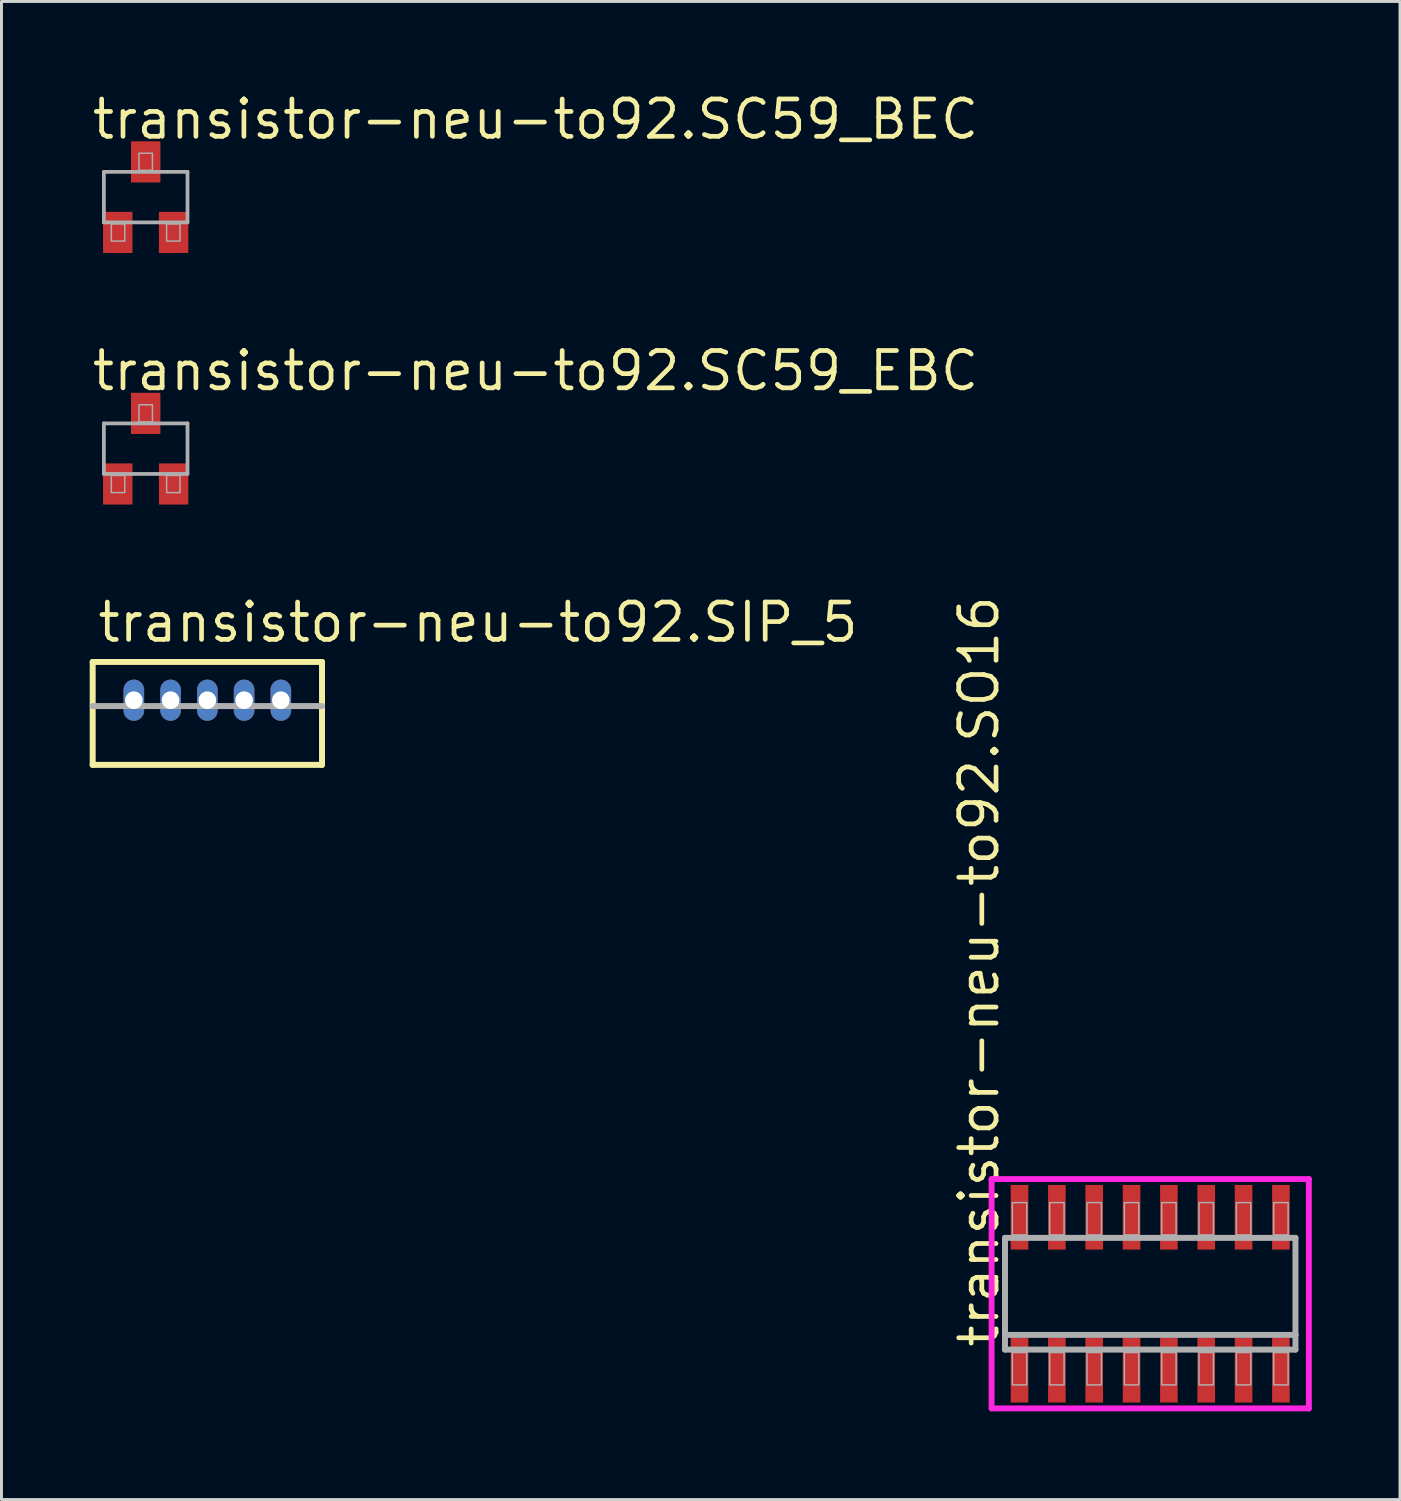
<source format=kicad_pcb>
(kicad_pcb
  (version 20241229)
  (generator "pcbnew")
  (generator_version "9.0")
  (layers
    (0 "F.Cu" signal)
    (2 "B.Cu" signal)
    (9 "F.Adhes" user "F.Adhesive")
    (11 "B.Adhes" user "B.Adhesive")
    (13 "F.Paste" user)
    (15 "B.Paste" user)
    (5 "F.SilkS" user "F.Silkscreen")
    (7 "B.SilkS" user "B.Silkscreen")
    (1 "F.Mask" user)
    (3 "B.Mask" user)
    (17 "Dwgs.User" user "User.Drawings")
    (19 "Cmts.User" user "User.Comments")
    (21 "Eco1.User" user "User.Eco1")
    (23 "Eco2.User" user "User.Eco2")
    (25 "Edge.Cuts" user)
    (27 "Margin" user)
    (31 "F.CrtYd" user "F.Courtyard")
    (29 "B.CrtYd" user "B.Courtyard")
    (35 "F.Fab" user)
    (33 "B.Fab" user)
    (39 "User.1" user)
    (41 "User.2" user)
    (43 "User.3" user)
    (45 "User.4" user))
  (footprint "transistor-neu-to92.SC59_BEC"
    (layer "F.Cu")
    (at 1.905 3.655)
    (property "Reference" "transistor-neu-to92.SC59_BEC" (at -1.905 -1.905 0) (layer "F.SilkS") (effects (font (size 1.27 1.27) (thickness 0.16)) (justify left bottom)))
    (attr smd)
    (fp_line (start -1.422 -0.86) (end 1.422 -0.86) (stroke (width 0.127) (type default)) (layer "F.Fab"))
    (fp_line (start -1.422 0.86) (end -1.422 -0.86) (stroke (width 0.127) (type default)) (layer "F.Fab"))
    (fp_line (start 1.422 -0.86) (end 1.422 0.86) (stroke (width 0.127) (type default)) (layer "F.Fab"))
    (fp_line (start 1.422 0.86) (end -1.422 0.86) (stroke (width 0.127) (type default)) (layer "F.Fab"))
    (fp_rect (start -1.168 1.495) (end -0.711 0.911) (stroke (width 0.05) (type default)) (fill no) (layer "F.Fab"))
    (fp_rect (start -0.229 -0.911) (end 0.229 -1.495) (stroke (width 0.05) (type default)) (fill no) (layer "F.Fab"))
    (fp_rect (start 0.711 1.495) (end 1.168 0.911) (stroke (width 0.05) (type default)) (fill no) (layer "F.Fab"))
    (pad "B" smd roundrect (at -0.95 1.2) (size 1 1.4) (layers "F.Cu" "F.Mask" "F.Paste") (roundrect_rratio 0.01))
    (pad "C" smd roundrect (at 0 -1.2) (size 1 1.4) (layers "F.Cu" "F.Mask" "F.Paste") (roundrect_rratio 0.01))
    (pad "E" smd roundrect (at 0.95 1.2) (size 1 1.4) (layers "F.Cu" "F.Mask" "F.Paste") (roundrect_rratio 0.01)))
  (footprint "transistor-neu-to92.SC59_EBC"
    (layer "F.Cu")
    (at 1.905 12.21)
    (property "Reference" "transistor-neu-to92.SC59_EBC" (at -1.905 -1.905 0) (layer "F.SilkS") (effects (font (size 1.27 1.27) (thickness 0.16)) (justify left bottom)))
    (attr smd)
    (fp_line (start -1.422 -0.86) (end 1.422 -0.86) (stroke (width 0.127) (type default)) (layer "F.Fab"))
    (fp_line (start -1.422 0.86) (end -1.422 -0.86) (stroke (width 0.127) (type default)) (layer "F.Fab"))
    (fp_line (start 1.422 -0.86) (end 1.422 0.86) (stroke (width 0.127) (type default)) (layer "F.Fab"))
    (fp_line (start 1.422 0.86) (end -1.422 0.86) (stroke (width 0.127) (type default)) (layer "F.Fab"))
    (fp_rect (start -1.168 1.495) (end -0.711 0.911) (stroke (width 0.05) (type default)) (fill no) (layer "F.Fab"))
    (fp_rect (start -0.229 -0.911) (end 0.229 -1.495) (stroke (width 0.05) (type default)) (fill no) (layer "F.Fab"))
    (fp_rect (start 0.711 1.495) (end 1.168 0.911) (stroke (width 0.05) (type default)) (fill no) (layer "F.Fab"))
    (pad "B" smd roundrect (at 0.95 1.2) (size 1 1.4) (layers "F.Cu" "F.Mask" "F.Paste") (roundrect_rratio 0.01))
    (pad "C" smd roundrect (at 0 -1.2) (size 1 1.4) (layers "F.Cu" "F.Mask" "F.Paste") (roundrect_rratio 0.01))
    (pad "E" smd roundrect (at -0.95 1.2) (size 1 1.4) (layers "F.Cu" "F.Mask" "F.Paste") (roundrect_rratio 0.01)))
  (footprint "transistor-neu-to92.SO16"
    (layer "F.Cu")
    (at 36.071 40.952)
    (property "Reference" "transistor-neu-to92.SO16" (at -5.08 1.905 90) (layer "F.SilkS") (effects (font (size 1.27 1.27) (thickness 0.16)) (justify left bottom)))
    (attr smd)
    (fp_line (start -5.395 -3.9) (end 5.395 -3.9) (stroke (width 0.2) (type default)) (layer "F.CrtYd"))
    (fp_line (start -5.395 3.9) (end -5.395 -3.9) (stroke (width 0.2) (type default)) (layer "F.CrtYd"))
    (fp_line (start 5.395 -3.9) (end 5.395 3.9) (stroke (width 0.2) (type default)) (layer "F.CrtYd"))
    (fp_line (start 5.395 3.9) (end -5.395 3.9) (stroke (width 0.2) (type default)) (layer "F.CrtYd"))
    (fp_line (start -4.94 -1.9) (end 4.94 -1.9) (stroke (width 0.203) (type default)) (layer "F.Fab"))
    (fp_line (start -4.94 1.4) (end -4.94 -1.9) (stroke (width 0.203) (type default)) (layer "F.Fab"))
    (fp_line (start -4.94 1.9) (end -4.94 1.4) (stroke (width 0.203) (type default)) (layer "F.Fab"))
    (fp_line (start 4.94 -1.9) (end 4.94 1.4) (stroke (width 0.203) (type default)) (layer "F.Fab"))
    (fp_line (start 4.94 1.4) (end -4.94 1.4) (stroke (width 0.203) (type default)) (layer "F.Fab"))
    (fp_line (start 4.94 1.4) (end 4.94 1.9) (stroke (width 0.203) (type default)) (layer "F.Fab"))
    (fp_line (start 4.94 1.9) (end -4.94 1.9) (stroke (width 0.203) (type default)) (layer "F.Fab"))
    (fp_rect (start -4.69 -2) (end -4.2 -3.1) (stroke (width 0.05) (type default)) (fill no) (layer "F.Fab"))
    (fp_rect (start -4.69 3.1) (end -4.2 2) (stroke (width 0.05) (type default)) (fill no) (layer "F.Fab"))
    (fp_rect (start -3.42 -2) (end -2.93 -3.1) (stroke (width 0.05) (type default)) (fill no) (layer "F.Fab"))
    (fp_rect (start -3.42 3.1) (end -2.93 2) (stroke (width 0.05) (type default)) (fill no) (layer "F.Fab"))
    (fp_rect (start -2.15 -2) (end -1.66 -3.1) (stroke (width 0.05) (type default)) (fill no) (layer "F.Fab"))
    (fp_rect (start -2.15 3.1) (end -1.66 2) (stroke (width 0.05) (type default)) (fill no) (layer "F.Fab"))
    (fp_rect (start -0.88 -2) (end -0.39 -3.1) (stroke (width 0.05) (type default)) (fill no) (layer "F.Fab"))
    (fp_rect (start -0.88 3.1) (end -0.39 2) (stroke (width 0.05) (type default)) (fill no) (layer "F.Fab"))
    (fp_rect (start 0.39 -2) (end 0.88 -3.1) (stroke (width 0.05) (type default)) (fill no) (layer "F.Fab"))
    (fp_rect (start 0.39 3.1) (end 0.88 2) (stroke (width 0.05) (type default)) (fill no) (layer "F.Fab"))
    (fp_rect (start 1.66 -2) (end 2.15 -3.1) (stroke (width 0.05) (type default)) (fill no) (layer "F.Fab"))
    (fp_rect (start 1.66 3.1) (end 2.15 2) (stroke (width 0.05) (type default)) (fill no) (layer "F.Fab"))
    (fp_rect (start 2.93 -2) (end 3.42 -3.1) (stroke (width 0.05) (type default)) (fill no) (layer "F.Fab"))
    (fp_rect (start 2.93 3.1) (end 3.42 2) (stroke (width 0.05) (type default)) (fill no) (layer "F.Fab"))
    (fp_rect (start 4.2 -2) (end 4.69 -3.1) (stroke (width 0.05) (type default)) (fill no) (layer "F.Fab"))
    (fp_rect (start 4.2 3.1) (end 4.69 2) (stroke (width 0.05) (type default)) (fill no) (layer "F.Fab"))
    (pad "1" smd roundrect (at -4.445 2.6) (size 0.6 2.2) (layers "F.Cu" "F.Mask" "F.Paste") (roundrect_rratio 0.01))
    (pad "2" smd roundrect (at -3.175 2.6) (size 0.6 2.2) (layers "F.Cu" "F.Mask" "F.Paste") (roundrect_rratio 0.01))
    (pad "3" smd roundrect (at -1.905 2.6) (size 0.6 2.2) (layers "F.Cu" "F.Mask" "F.Paste") (roundrect_rratio 0.01))
    (pad "4" smd roundrect (at -0.635 2.6) (size 0.6 2.2) (layers "F.Cu" "F.Mask" "F.Paste") (roundrect_rratio 0.01))
    (pad "5" smd roundrect (at 0.635 2.6) (size 0.6 2.2) (layers "F.Cu" "F.Mask" "F.Paste") (roundrect_rratio 0.01))
    (pad "6" smd roundrect (at 1.905 2.6) (size 0.6 2.2) (layers "F.Cu" "F.Mask" "F.Paste") (roundrect_rratio 0.01))
    (pad "7" smd roundrect (at 3.175 2.6) (size 0.6 2.2) (layers "F.Cu" "F.Mask" "F.Paste") (roundrect_rratio 0.01))
    (pad "8" smd roundrect (at 4.445 2.6) (size 0.6 2.2) (layers "F.Cu" "F.Mask" "F.Paste") (roundrect_rratio 0.01))
    (pad "9" smd roundrect (at 4.445 -2.6) (size 0.6 2.2) (layers "F.Cu" "F.Mask" "F.Paste") (roundrect_rratio 0.01))
    (pad "10" smd roundrect (at 3.175 -2.6) (size 0.6 2.2) (layers "F.Cu" "F.Mask" "F.Paste") (roundrect_rratio 0.01))
    (pad "11" smd roundrect (at 1.905 -2.6) (size 0.6 2.2) (layers "F.Cu" "F.Mask" "F.Paste") (roundrect_rratio 0.01))
    (pad "12" smd roundrect (at 0.635 -2.6) (size 0.6 2.2) (layers "F.Cu" "F.Mask" "F.Paste") (roundrect_rratio 0.01))
    (pad "13" smd roundrect (at -0.635 -2.6) (size 0.6 2.2) (layers "F.Cu" "F.Mask" "F.Paste") (roundrect_rratio 0.01))
    (pad "14" smd roundrect (at -1.905 -2.6) (size 0.6 2.2) (layers "F.Cu" "F.Mask" "F.Paste") (roundrect_rratio 0.01))
    (pad "15" smd roundrect (at -3.175 -2.6) (size 0.6 2.2) (layers "F.Cu" "F.Mask" "F.Paste") (roundrect_rratio 0.01))
    (pad "16" smd roundrect (at -4.445 -2.6) (size 0.6 2.2) (layers "F.Cu" "F.Mask" "F.Paste") (roundrect_rratio 0.01)))
  (footprint "transistor-neu-to92.SIP_5"
    (layer "F.Cu")
    (at 4.002 20.765)
    (property "Reference" "transistor-neu-to92.SIP_5" (at -3.81 -1.905 0) (layer "F.SilkS") (effects (font (size 1.27 1.27) (thickness 0.16)) (justify left bottom)))
    (attr through_hole)
    (fp_line (start -3.9 -1.3) (end -3.9 2.2) (stroke (width 0.203) (type default)) (layer "F.SilkS"))
    (fp_line (start -3.9 -1.3) (end 3.9 -1.3) (stroke (width 0.203) (type default)) (layer "F.SilkS"))
    (fp_line (start -3.9 2.2) (end 3.9 2.2) (stroke (width 0.203) (type default)) (layer "F.SilkS"))
    (fp_line (start 3.9 -1.3) (end 3.9 2.2) (stroke (width 0.203) (type default)) (layer "F.SilkS"))
    (fp_line (start -3.9 0.2) (end 3.9 0.2) (stroke (width 0.203) (type default)) (layer "F.Fab"))
    (pad "1" thru_hole oval (at -2.5 0 90) (size 1.4 0.7) (drill 0.6) (layers "*.Cu" "*.Mask"))
    (pad "2" thru_hole oval (at -1.25 0 90) (size 1.4 0.7) (drill 0.6) (layers "*.Cu" "*.Mask"))
    (pad "3" thru_hole oval (at 0 0 90) (size 1.4 0.7) (drill 0.6) (layers "*.Cu" "*.Mask"))
    (pad "4" thru_hole oval (at 1.25 0 90) (size 1.4 0.7) (drill 0.6) (layers "*.Cu" "*.Mask"))
    (pad "5" thru_hole oval (at 2.5 0 90) (size 1.4 0.7) (drill 0.6) (layers "*.Cu" "*.Mask")))
  (gr_rect
    (start -3 -3)
    (end 44.566 47.952)
    (stroke (width 0.1) (type default))
    (fill no)
    (layer "Edge.Cuts")))
</source>
